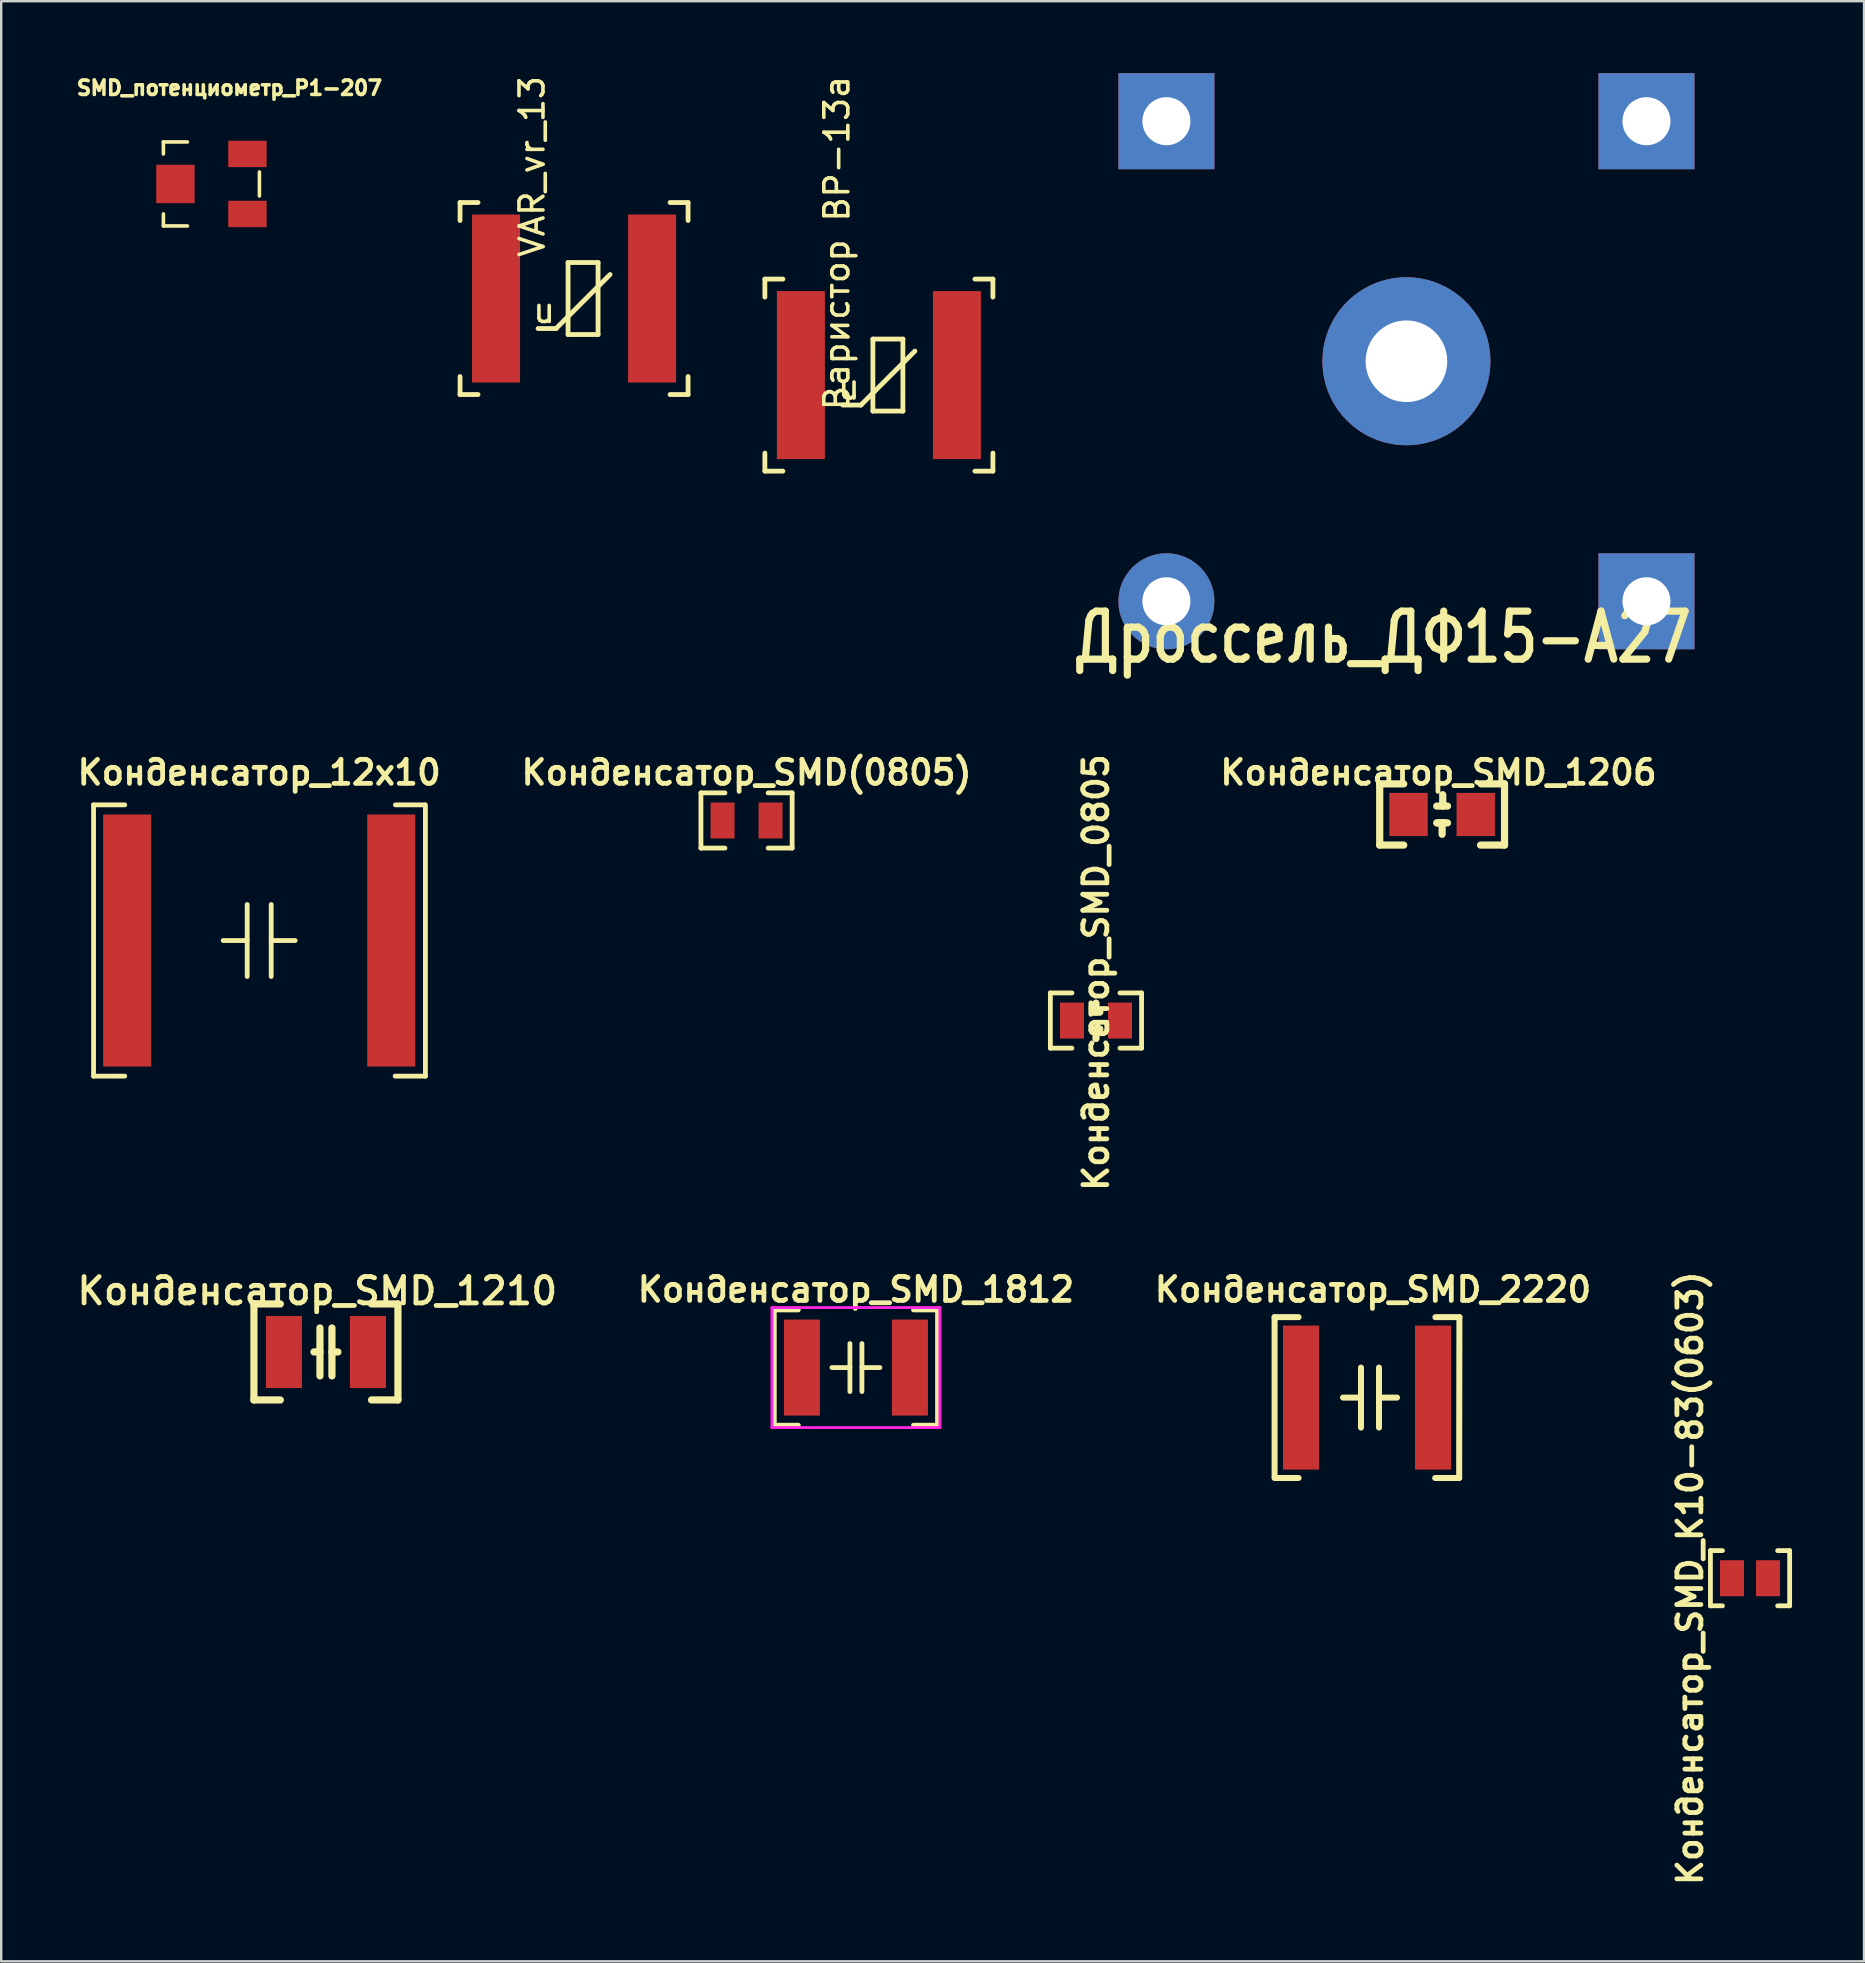
<source format=kicad_pcb>
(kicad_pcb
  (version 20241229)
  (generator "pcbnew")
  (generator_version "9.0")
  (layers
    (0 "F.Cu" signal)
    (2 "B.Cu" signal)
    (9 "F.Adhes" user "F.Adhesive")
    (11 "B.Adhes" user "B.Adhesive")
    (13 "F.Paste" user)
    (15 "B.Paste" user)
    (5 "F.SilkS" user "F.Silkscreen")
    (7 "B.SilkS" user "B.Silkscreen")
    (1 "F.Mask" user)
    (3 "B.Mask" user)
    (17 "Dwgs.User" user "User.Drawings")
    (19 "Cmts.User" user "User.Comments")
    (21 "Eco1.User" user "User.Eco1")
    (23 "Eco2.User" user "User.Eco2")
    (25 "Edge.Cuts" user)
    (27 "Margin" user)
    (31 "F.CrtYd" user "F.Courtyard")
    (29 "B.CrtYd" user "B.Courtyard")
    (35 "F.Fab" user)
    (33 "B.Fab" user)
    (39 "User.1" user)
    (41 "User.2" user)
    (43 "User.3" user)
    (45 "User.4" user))
  (footprint "Конденсатор_SMD_2220"
    (layer "F.Cu")
    (at 51.151 55.175)
    (property "Reference" "Конденсатор_SMD_2220" (at 3 -4.5 0) (layer "F.SilkS") (effects (font (size 1 1) (thickness 0.2))))
    (attr through_hole)
    (fp_line (start -1.1 -3.35) (end -1.1 3.3) (stroke (width 0.25) (type solid)) (layer "F.SilkS"))
    (fp_line (start -1.1 -3.35) (end -0.1 -3.35) (stroke (width 0.25) (type solid)) (layer "F.SilkS"))
    (fp_line (start -1.1 3.35) (end -0.1 3.35) (stroke (width 0.25) (type solid)) (layer "F.SilkS"))
    (fp_line (start 2.5 0) (end 1.75 0) (stroke (width 0.25) (type solid)) (layer "F.SilkS"))
    (fp_line (start 2.5 0) (end 2.5 -1.25) (stroke (width 0.25) (type solid)) (layer "F.SilkS"))
    (fp_line (start 2.5 0) (end 2.5 1.25) (stroke (width 0.25) (type solid)) (layer "F.SilkS"))
    (fp_line (start 3.25 0) (end 3.25 -1.25) (stroke (width 0.25) (type solid)) (layer "F.SilkS"))
    (fp_line (start 3.25 0) (end 3.25 1.25) (stroke (width 0.25) (type solid)) (layer "F.SilkS"))
    (fp_line (start 3.25 0) (end 4 0) (stroke (width 0.25) (type solid)) (layer "F.SilkS"))
    (fp_line (start 6.59 3.35) (end 5.59 3.35) (stroke (width 0.25) (type solid)) (layer "F.SilkS"))
    (fp_line (start 6.59 3.35) (end 6.6 -3.35) (stroke (width 0.25) (type solid)) (layer "F.SilkS"))
    (fp_line (start 6.6 -3.35) (end 5.6 -3.35) (stroke (width 0.25) (type solid)) (layer "F.SilkS"))
    (pad "1" smd rect (at 0 0) (size 1.5 6) (layers "F.Cu" "F.Mask" "F.Paste"))
    (pad "2" smd rect (at 5.5 0) (size 1.5 6) (layers "F.Cu" "F.Mask" "F.Paste")))
  (footprint "Варистор ВР-13а"
    (layer "F.Cu")
    (at 30.316 12.577)
    (property "Reference" "Варистор ВР-13а" (at 1.5 -5.5 90) (layer "F.SilkS") (effects (font (size 1 1) (thickness 0.15))))
    (attr through_hole)
    (fp_line (start -1.5 -4) (end -1.5 -3.25) (stroke (width 0.2) (type solid)) (layer "F.SilkS"))
    (fp_line (start -1.5 -4) (end -0.75 -4) (stroke (width 0.2) (type solid)) (layer "F.SilkS"))
    (fp_line (start -1.5 4) (end -1.5 3.25) (stroke (width 0.2) (type solid)) (layer "F.SilkS"))
    (fp_line (start -1.5 4) (end -0.75 4) (stroke (width 0.2) (type solid)) (layer "F.SilkS"))
    (fp_line (start 1.75 1.25) (end 2.5 1.25) (stroke (width 0.2) (type solid)) (layer "F.SilkS"))
    (fp_line (start 2.5 1.25) (end 4.75 -1) (stroke (width 0.2) (type solid)) (layer "F.SilkS"))
    (fp_line (start 3 -1.5) (end 4.25 -1.5) (stroke (width 0.2) (type solid)) (layer "F.SilkS"))
    (fp_line (start 3 1.5) (end 3 -1.5) (stroke (width 0.2) (type solid)) (layer "F.SilkS"))
    (fp_line (start 4.25 -1.5) (end 4.25 1.5) (stroke (width 0.2) (type solid)) (layer "F.SilkS"))
    (fp_line (start 4.25 1.5) (end 3 1.5) (stroke (width 0.2) (type solid)) (layer "F.SilkS"))
    (fp_line (start 8 -4) (end 7.25 -4) (stroke (width 0.2) (type solid)) (layer "F.SilkS"))
    (fp_line (start 8 -4) (end 8 -3.25) (stroke (width 0.2) (type solid)) (layer "F.SilkS"))
    (fp_line (start 8 4) (end 7.25 4) (stroke (width 0.2) (type solid)) (layer "F.SilkS"))
    (fp_line (start 8 4) (end 8 3.25) (stroke (width 0.2) (type solid)) (layer "F.SilkS"))
    (fp_text user "u" (at 2 0.5 0) (layer "F.SilkS") (effects (font (size 1 1) (thickness 0.15))))
    (pad "1" smd rect (at 0 0) (size 2 7) (layers "F.Cu" "F.Mask" "F.Paste"))
    (pad "2" smd rect (at 6.5 0) (size 2 7) (layers "F.Cu" "F.Mask" "F.Paste")))
  (footprint "Конденсатор_SMD_0805"
    (layer "F.Cu")
    (at 41.61 39.468)
    (property "Reference" "Конденсатор_SMD_0805" (at 1 -2 270) (layer "F.SilkS") (effects (font (size 1 1) (thickness 0.2))))
    (attr through_hole)
    (fp_line (start -0.9 -1.15) (end 0 -1.15) (stroke (width 0.2) (type solid)) (layer "F.SilkS"))
    (fp_line (start -0.9 1.15) (end -0.9 -1.15) (stroke (width 0.2) (type solid)) (layer "F.SilkS"))
    (fp_line (start -0.9 1.15) (end 0 1.15) (stroke (width 0.2) (type solid)) (layer "F.SilkS"))
    (fp_line (start 0.85 -0.35) (end 1.16 -0.35) (stroke (width 0.3) (type solid)) (layer "F.SilkS"))
    (fp_line (start 0.85 0.35) (end 1.16 0.35) (stroke (width 0.3) (type solid)) (layer "F.SilkS"))
    (fp_line (start 1 -0.35) (end 1 -0.725) (stroke (width 0.3) (type solid)) (layer "F.SilkS"))
    (fp_line (start 1 0.75) (end 1 0.375) (stroke (width 0.3) (type solid)) (layer "F.SilkS"))
    (fp_line (start 2.9 -1.15) (end 2 -1.15) (stroke (width 0.2) (type solid)) (layer "F.SilkS"))
    (fp_line (start 2.9 -1.15) (end 2.9 1.15) (stroke (width 0.2) (type solid)) (layer "F.SilkS"))
    (fp_line (start 2.9 1.15) (end 2 1.15) (stroke (width 0.2) (type solid)) (layer "F.SilkS"))
    (pad "1" smd rect (at 0 0) (size 1 1.5) (layers "F.Cu" "F.Mask" "F.Paste"))
    (pad "2" smd rect (at 2 0) (size 1 1.5) (layers "F.Cu" "F.Mask" "F.Paste")))
  (footprint "Конденсатор_SMD_1210"
    (layer "F.Cu")
    (at 8.779 53.274)
    (property "Reference" "Конденсатор_SMD_1210" (at 1.39 -2.54 180) (layer "F.SilkS") (effects (font (size 1.1 1.1) (thickness 0.2))))
    (attr through_hole)
    (fp_line (start -1.25 -2) (end -1.25 2) (stroke (width 0.3) (type solid)) (layer "F.SilkS"))
    (fp_line (start -1.25 -2) (end -0.15 -2) (stroke (width 0.3) (type solid)) (layer "F.SilkS"))
    (fp_line (start -1.25 2) (end -0.15 2) (stroke (width 0.3) (type solid)) (layer "F.SilkS"))
    (fp_line (start 1.5 -1) (end 1.5 1) (stroke (width 0.3) (type solid)) (layer "F.SilkS"))
    (fp_line (start 1.5 0) (end 1.25 0) (stroke (width 0.3) (type solid)) (layer "F.SilkS"))
    (fp_line (start 2 -1) (end 2 1) (stroke (width 0.3) (type solid)) (layer "F.SilkS"))
    (fp_line (start 2 0) (end 2.25 0) (stroke (width 0.3) (type solid)) (layer "F.SilkS"))
    (fp_line (start 4.75 -2) (end 3.65 -2) (stroke (width 0.3) (type solid)) (layer "F.SilkS"))
    (fp_line (start 4.75 -2) (end 4.75 2) (stroke (width 0.3) (type solid)) (layer "F.SilkS"))
    (fp_line (start 4.75 2) (end 3.65 2) (stroke (width 0.3) (type solid)) (layer "F.SilkS"))
    (pad "1" smd rect (at 0 0) (size 1.5 3) (layers "F.Cu" "F.Mask" "F.Paste"))
    (pad "2" smd rect (at 3.5 0) (size 1.5 3) (layers "F.Cu" "F.Mask" "F.Paste")))
  (footprint "SMD_потенциометр_Р1-207"
    (layer "F.Cu")
    (at 4.258 4.614)
    (property "Reference" "SMD_потенциометр_Р1-207" (at 2.25 -4 0) (layer "F.SilkS") (effects (font (size 0.6 0.6) (thickness 0.15))))
    (attr through_hole)
    (fp_line (start -0.5 -1.75) (end -0.5 -1.25) (stroke (width 0.15) (type solid)) (layer "F.SilkS"))
    (fp_line (start -0.5 -1.75) (end 0.5 -1.75) (stroke (width 0.15) (type solid)) (layer "F.SilkS"))
    (fp_line (start -0.5 1.75) (end -0.5 1.25) (stroke (width 0.15) (type solid)) (layer "F.SilkS"))
    (fp_line (start -0.5 1.75) (end 0.5 1.75) (stroke (width 0.15) (type solid)) (layer "F.SilkS"))
    (fp_line (start 3.5 -0.5) (end 3.5 0.5) (stroke (width 0.15) (type solid)) (layer "F.SilkS"))
    (pad "1" smd rect (at 3 -1.25) (size 1.6 1.1) (layers "F.Cu" "F.Mask" "F.Paste"))
    (pad "2" smd rect (at 0 0) (size 1.6 1.6) (layers "F.Cu" "F.Mask" "F.Paste"))
    (pad "3" smd rect (at 3 1.25) (size 1.6 1.1) (layers "F.Cu" "F.Mask" "F.Paste")))
  (footprint "Конденсатор_SMD_К10-83(0603)"
    (layer "F.Cu")
    (at 69.109 62.701)
    (property "Reference" "Конденсатор_SMD_К10-83(0603)" (at -1.75 0 270) (layer "F.SilkS") (effects (font (size 1 1) (thickness 0.2))))
    (attr through_hole)
    (fp_line (start -0.9 -1.15) (end -0.9 1.15) (stroke (width 0.2) (type solid)) (layer "F.SilkS"))
    (fp_line (start -0.9 -1.15) (end -0.4 -1.15) (stroke (width 0.2) (type solid)) (layer "F.SilkS"))
    (fp_line (start -0.9 1.15) (end -0.4 1.15) (stroke (width 0.2) (type solid)) (layer "F.SilkS"))
    (fp_line (start 2.4 -1.15) (end 1.9 -1.15) (stroke (width 0.2) (type solid)) (layer "F.SilkS"))
    (fp_line (start 2.4 -1.15) (end 2.4 1.15) (stroke (width 0.2) (type solid)) (layer "F.SilkS"))
    (fp_line (start 2.4 1.15) (end 1.9 1.15) (stroke (width 0.2) (type solid)) (layer "F.SilkS"))
    (pad "1" smd rect (at 0 0) (size 1 1.5) (layers "F.Cu" "F.Mask" "F.Paste"))
    (pad "2" smd rect (at 1.5 0) (size 1 1.5) (layers "F.Cu" "F.Mask" "F.Paste")))
  (footprint "Конденсатор_SMD_1206"
    (layer "F.Cu")
    (at 55.631 30.883)
    (property "Reference" "Конденсатор_SMD_1206" (at 1.25 -1.75 0) (layer "F.SilkS") (effects (font (size 1 1) (thickness 0.2))))
    (attr through_hole)
    (fp_line (start -1.2 -1.275) (end -0.2 -1.275) (stroke (width 0.3) (type solid)) (layer "F.SilkS"))
    (fp_line (start -1.2 1.275) (end -1.2 -1.275) (stroke (width 0.3) (type solid)) (layer "F.SilkS"))
    (fp_line (start -1.2 1.275) (end -0.2 1.275) (stroke (width 0.3) (type solid)) (layer "F.SilkS"))
    (fp_line (start 1.175 -0.35) (end 1.625 -0.35) (stroke (width 0.3) (type solid)) (layer "F.SilkS"))
    (fp_line (start 1.175 0.35) (end 1.625 0.35) (stroke (width 0.3) (type solid)) (layer "F.SilkS"))
    (fp_line (start 1.2 0.35) (end 1.51 0.35) (stroke (width 0.3) (type solid)) (layer "F.SilkS"))
    (fp_line (start 1.4 0.825) (end 1.4 0.35) (stroke (width 0.3) (type solid)) (layer "F.SilkS"))
    (fp_line (start 1.425 -0.35) (end 1.425 -0.825) (stroke (width 0.3) (type solid)) (layer "F.SilkS"))
    (fp_line (start 4 -1.275) (end 3.025 -1.275) (stroke (width 0.3) (type solid)) (layer "F.SilkS"))
    (fp_line (start 4 -1.275) (end 4 1.275) (stroke (width 0.3) (type solid)) (layer "F.SilkS"))
    (fp_line (start 4 1.275) (end 3 1.275) (stroke (width 0.3) (type solid)) (layer "F.SilkS"))
    (pad "1" smd rect (at 0 0) (size 1.6 1.8) (layers "F.Cu" "F.Mask" "F.Paste"))
    (pad "2" smd rect (at 2.8 0) (size 1.6 1.8) (layers "F.Cu" "F.Mask" "F.Paste")))
  (footprint "Конденсатор_12х10"
    (layer "F.Cu")
    (at 7.748 36.133)
    (property "Reference" "Конденсатор_12х10" (at 0 -7 0) (layer "F.SilkS") (effects (font (size 1 1) (thickness 0.2))))
    (attr through_hole)
    (fp_line (start -6.9 -5.65) (end -6.9 5.65) (stroke (width 0.2) (type solid)) (layer "F.SilkS"))
    (fp_line (start -6.9 -5.65) (end -5.6 -5.65) (stroke (width 0.2) (type solid)) (layer "F.SilkS"))
    (fp_line (start -6.9 5.65) (end -5.6 5.65) (stroke (width 0.2) (type solid)) (layer "F.SilkS"))
    (fp_line (start -0.5 -1.5) (end -0.5 1.5) (stroke (width 0.2) (type solid)) (layer "F.SilkS"))
    (fp_line (start -0.5 0) (end -1.5 0) (stroke (width 0.2) (type solid)) (layer "F.SilkS"))
    (fp_line (start 0.5 -1.5) (end 0.5 1.5) (stroke (width 0.2) (type solid)) (layer "F.SilkS"))
    (fp_line (start 0.5 0) (end 1.5 0) (stroke (width 0.2) (type solid)) (layer "F.SilkS"))
    (fp_line (start 6.9 -5.65) (end 5.675 -5.65) (stroke (width 0.2) (type solid)) (layer "F.SilkS"))
    (fp_line (start 6.925 5.65) (end 5.665 5.65) (stroke (width 0.2) (type solid)) (layer "F.SilkS"))
    (fp_line (start 6.925 5.65) (end 6.925 -5.65) (stroke (width 0.2) (type solid)) (layer "F.SilkS"))
    (pad "1" smd rect (at -5.5 0) (size 2 10.5) (layers "F.Cu" "F.Mask" "F.Paste"))
    (pad "2" smd rect (at 5.5 0) (size 2 10.5) (layers "F.Cu" "F.Mask" "F.Paste")))
  (footprint "Конденсатор_SMD(0805)"
    (layer "F.Cu")
    (at 27.052 31.133)
    (property "Reference" "Конденсатор_SMD(0805)" (at 1 -2 0) (layer "F.SilkS") (effects (font (size 1 1) (thickness 0.2))))
    (attr through_hole)
    (fp_line (start -0.9 -1.15) (end 0.1 -1.15) (stroke (width 0.2) (type solid)) (layer "F.SilkS"))
    (fp_line (start -0.9 1.15) (end -0.9 -1.15) (stroke (width 0.2) (type solid)) (layer "F.SilkS"))
    (fp_line (start -0.9 1.15) (end 0.1 1.15) (stroke (width 0.2) (type solid)) (layer "F.SilkS"))
    (fp_line (start 2.9 -1.15) (end 1.9 -1.15) (stroke (width 0.2) (type solid)) (layer "F.SilkS"))
    (fp_line (start 2.9 -1.15) (end 2.9 1.15) (stroke (width 0.2) (type solid)) (layer "F.SilkS"))
    (fp_line (start 2.9 1.15) (end 1.9 1.15) (stroke (width 0.2) (type solid)) (layer "F.SilkS"))
    (pad "1" smd rect (at 0 0) (size 1 1.5) (layers "F.Cu" "F.Mask" "F.Paste"))
    (pad "2" smd rect (at 2 0) (size 1 1.5) (layers "F.Cu" "F.Mask" "F.Paste")))
  (footprint "Дроссель_ДФ15-А27"
    (layer "F.Cu")
    (at 55.544 12)
    (property "Reference" "Дроссель_ДФ15-А27" (at -1 11.5 0) (layer "F.SilkS") (effects (font (size 2 1.6) (thickness 0.3))))
    (attr through_hole)
    (pad "" thru_hole circle (at 0 0) (size 7 7) (drill 3.4) (layers "*.Cu" "*.Mask"))
    (pad "1" thru_hole circle (at -10 10) (size 4 4) (drill 2) (layers "*.Cu" "*.Mask"))
    (pad "2" thru_hole rect (at 10 10) (size 4 4) (drill 2) (layers "*.Cu" "*.Mask"))
    (pad "3" thru_hole rect (at -10 -10) (size 4 4) (drill 2) (layers "*.Cu" "*.Mask"))
    (pad "4" thru_hole rect (at 10 -10) (size 4 4) (drill 2) (layers "*.Cu" "*.Mask")))
  (footprint "VAR_vr_13"
    (layer "F.Cu")
    (at 17.616 9.387)
    (property "Reference" "VAR_vr_13" (at 1.5 -5.5 90) (layer "F.SilkS") (effects (font (size 1 1) (thickness 0.15))))
    (attr through_hole)
    (fp_line (start -1.5 -4) (end -1.5 -3.25) (stroke (width 0.2) (type solid)) (layer "F.SilkS"))
    (fp_line (start -1.5 -4) (end -0.75 -4) (stroke (width 0.2) (type solid)) (layer "F.SilkS"))
    (fp_line (start -1.5 4) (end -1.5 3.25) (stroke (width 0.2) (type solid)) (layer "F.SilkS"))
    (fp_line (start -1.5 4) (end -0.75 4) (stroke (width 0.2) (type solid)) (layer "F.SilkS"))
    (fp_line (start 1.75 1.25) (end 2.5 1.25) (stroke (width 0.2) (type solid)) (layer "F.SilkS"))
    (fp_line (start 2.5 1.25) (end 4.75 -1) (stroke (width 0.2) (type solid)) (layer "F.SilkS"))
    (fp_line (start 3 -1.5) (end 4.25 -1.5) (stroke (width 0.2) (type solid)) (layer "F.SilkS"))
    (fp_line (start 3 1.5) (end 3 -1.5) (stroke (width 0.2) (type solid)) (layer "F.SilkS"))
    (fp_line (start 4.25 -1.5) (end 4.25 1.5) (stroke (width 0.2) (type solid)) (layer "F.SilkS"))
    (fp_line (start 4.25 1.5) (end 3 1.5) (stroke (width 0.2) (type solid)) (layer "F.SilkS"))
    (fp_line (start 8 -4) (end 7.25 -4) (stroke (width 0.2) (type solid)) (layer "F.SilkS"))
    (fp_line (start 8 -4) (end 8 -3.25) (stroke (width 0.2) (type solid)) (layer "F.SilkS"))
    (fp_line (start 8 4) (end 7.25 4) (stroke (width 0.2) (type solid)) (layer "F.SilkS"))
    (fp_line (start 8 4) (end 8 3.25) (stroke (width 0.2) (type solid)) (layer "F.SilkS"))
    (fp_text user "u" (at 2 0.5 0) (layer "F.SilkS") (effects (font (size 1 1) (thickness 0.15))))
    (pad "1" smd rect (at 0 0) (size 2 7) (layers "F.Cu" "F.Mask" "F.Paste"))
    (pad "2" smd rect (at 6.5 0) (size 2 7) (layers "F.Cu" "F.Mask" "F.Paste")))
  (footprint "Конденсатор_SMD_1812"
    (layer "F.Cu")
    (at 30.359 53.925)
    (property "Reference" "Конденсатор_SMD_1812" (at 2.25 -3.25 180) (layer "F.SilkS") (effects (font (size 1 1) (thickness 0.2))))
    (attr through_hole)
    (fp_line (start -1.15 -2.4) (end -1.15 2.4) (stroke (width 0.2) (type solid)) (layer "F.SilkS"))
    (fp_line (start -1.15 -2.4) (end -0.15 -2.4) (stroke (width 0.2) (type solid)) (layer "F.SilkS"))
    (fp_line (start -1.15 2.4) (end -0.15 2.4) (stroke (width 0.2) (type solid)) (layer "F.SilkS"))
    (fp_line (start 2 -1) (end 2 1) (stroke (width 0.2) (type solid)) (layer "F.SilkS"))
    (fp_line (start 2 0) (end 1.25 0) (stroke (width 0.2) (type solid)) (layer "F.SilkS"))
    (fp_line (start 2.5 -1) (end 2.5 1) (stroke (width 0.2) (type solid)) (layer "F.SilkS"))
    (fp_line (start 2.5 0) (end 3.25 0) (stroke (width 0.2) (type solid)) (layer "F.SilkS"))
    (fp_line (start 5.65 -2.4) (end 4.65 -2.4) (stroke (width 0.2) (type solid)) (layer "F.SilkS"))
    (fp_line (start 5.65 -2.4) (end 5.65 2.4) (stroke (width 0.2) (type solid)) (layer "F.SilkS"))
    (fp_line (start 5.65 2.4) (end 4.65 2.4) (stroke (width 0.2) (type solid)) (layer "F.SilkS"))
    (fp_line (start -1.25 -2.5) (end 5.75 -2.5) (stroke (width 0.12) (type solid)) (layer "F.CrtYd"))
    (fp_line (start -1.25 2.5) (end -1.25 -2.5) (stroke (width 0.12) (type solid)) (layer "F.CrtYd"))
    (fp_line (start 5.75 -2.5) (end 5.75 2.5) (stroke (width 0.12) (type solid)) (layer "F.CrtYd"))
    (fp_line (start 5.75 2.5) (end -1.25 2.5) (stroke (width 0.12) (type solid)) (layer "F.CrtYd"))
    (pad "1" smd rect (at 0 0) (size 1.5 4) (layers "F.Cu" "F.Mask" "F.Paste"))
    (pad "2" smd rect (at 4.5 0) (size 1.5 4) (layers "F.Cu" "F.Mask" "F.Paste")))
  (gr_rect
    (start -3 -3)
    (end 74.609 78.663)
    (stroke (width 0.1) (type default))
    (fill no)
    (layer "Edge.Cuts")))
</source>
